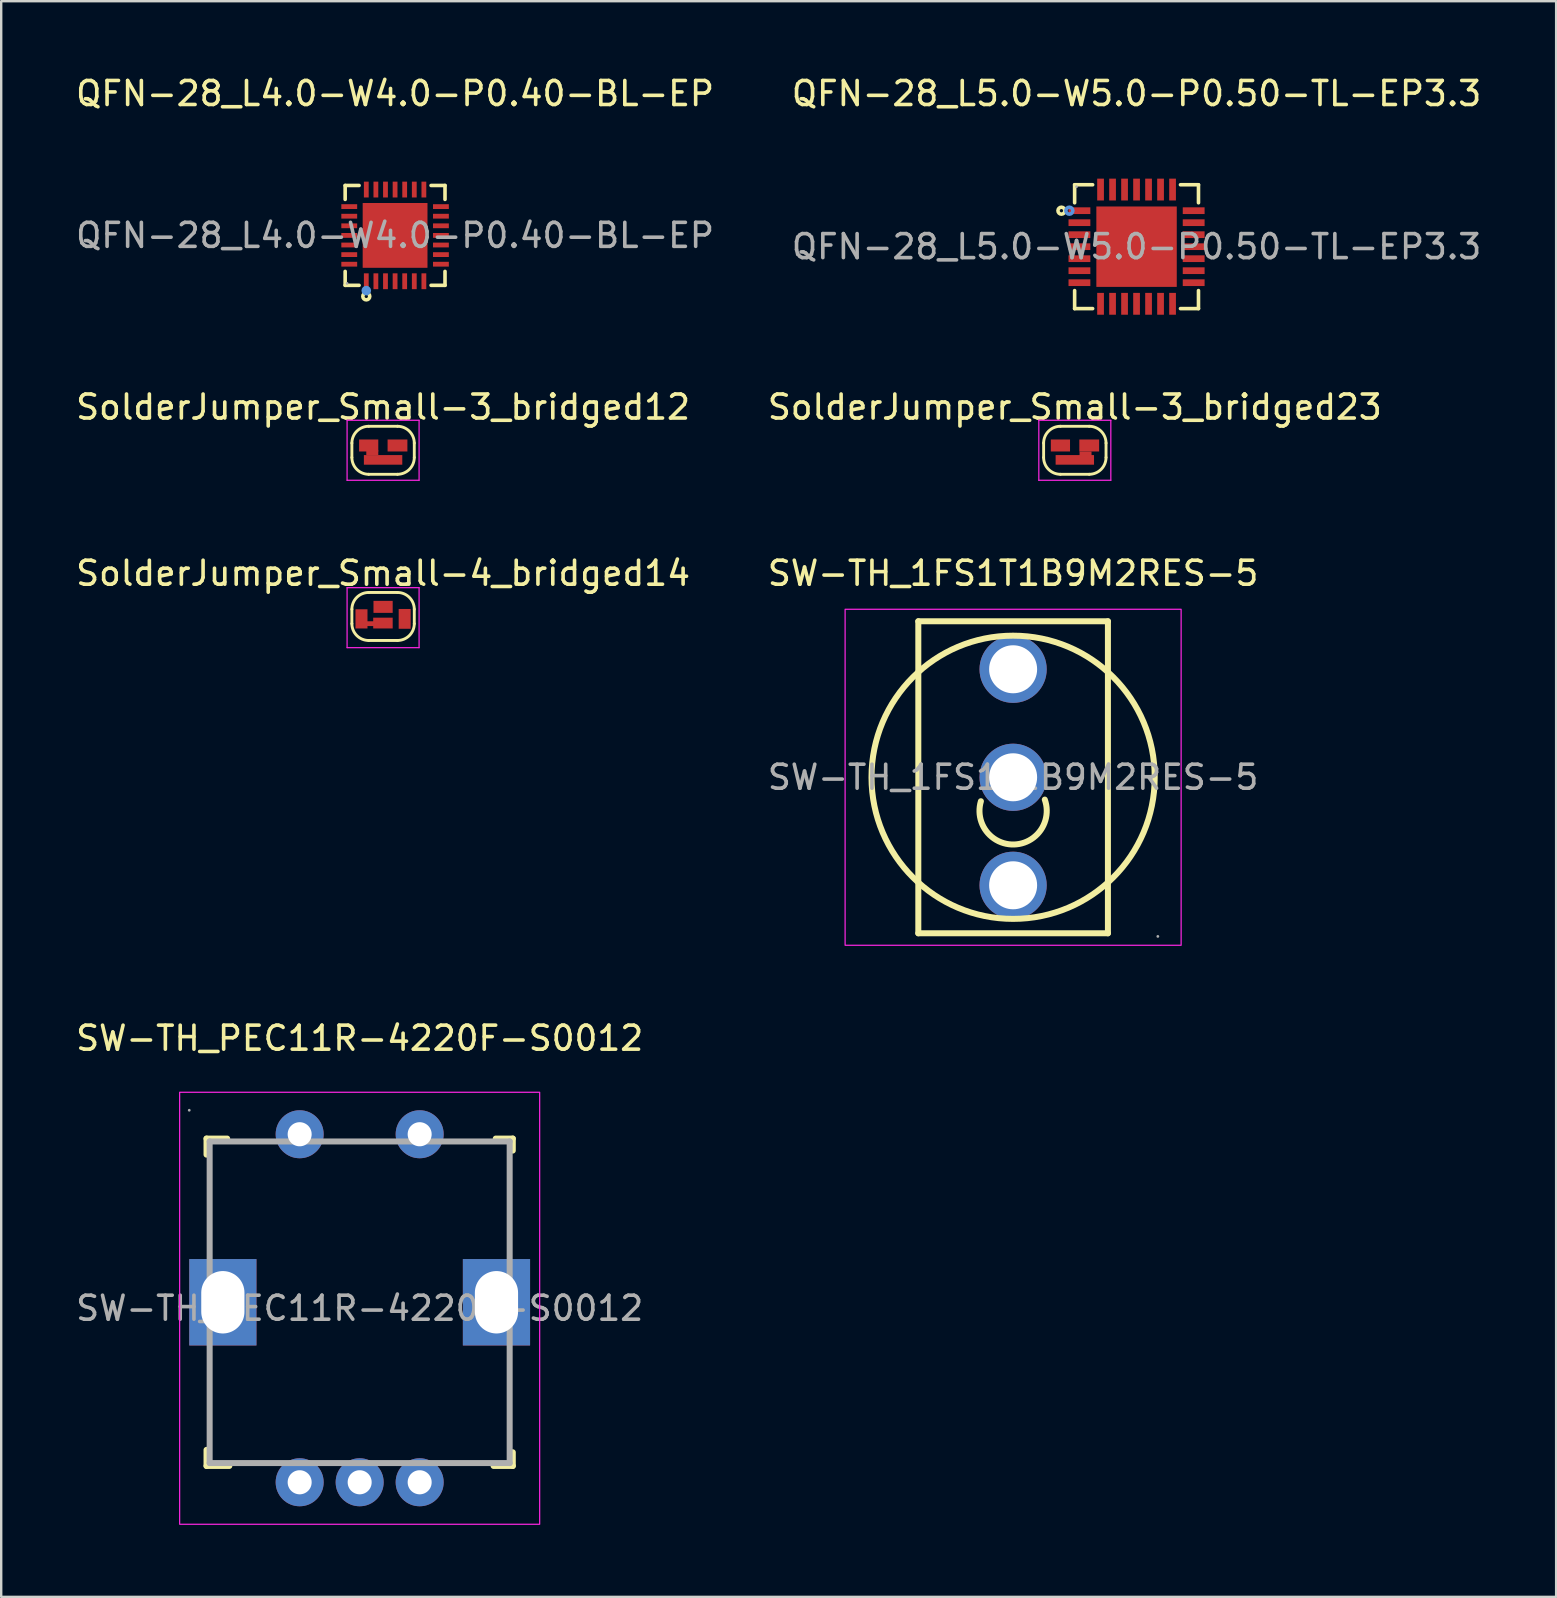
<source format=kicad_pcb>
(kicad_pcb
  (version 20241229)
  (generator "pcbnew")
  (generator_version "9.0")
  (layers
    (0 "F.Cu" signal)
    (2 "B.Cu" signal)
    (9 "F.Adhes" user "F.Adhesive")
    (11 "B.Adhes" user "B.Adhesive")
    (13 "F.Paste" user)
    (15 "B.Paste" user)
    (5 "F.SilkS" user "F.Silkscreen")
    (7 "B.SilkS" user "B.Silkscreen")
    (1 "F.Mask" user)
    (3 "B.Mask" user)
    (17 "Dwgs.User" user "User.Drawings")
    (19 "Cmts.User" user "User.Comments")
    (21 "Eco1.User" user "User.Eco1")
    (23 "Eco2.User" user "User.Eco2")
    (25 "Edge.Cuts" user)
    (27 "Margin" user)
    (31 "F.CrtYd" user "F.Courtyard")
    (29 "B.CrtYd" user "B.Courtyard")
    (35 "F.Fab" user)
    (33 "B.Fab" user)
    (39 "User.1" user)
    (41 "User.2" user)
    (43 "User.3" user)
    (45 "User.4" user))
  (footprint "SW-TH_1FS1T1B9M2RES-5"
    (layer "F.Cu")
    (at 39.161 29.335)
    (property "Reference" "SW-TH_1FS1T1B9M2RES-5" (at 0 -8.5 0) (layer "F.SilkS") (effects (font (size 1 1) (thickness 0.15))))
    (attr through_hole)
    (fp_line (start -3.95 -6.5) (end 3.95 -6.5) (stroke (width 0.25) (type solid)) (layer "F.SilkS"))
    (fp_line (start -3.95 6.5) (end -3.95 -6.5) (stroke (width 0.25) (type solid)) (layer "F.SilkS"))
    (fp_line (start -3.95 6.5) (end 3.95 6.5) (stroke (width 0.25) (type solid)) (layer "F.SilkS"))
    (fp_line (start 3.95 6.5) (end 3.95 -6.5) (stroke (width 0.25) (type solid)) (layer "F.SilkS"))
    (fp_arc (start 1.32 0.93) (mid 0.035427 2.80073) (end -1.342072 0.997329) (stroke (width 0.25) (type solid)) (layer "F.SilkS"))
    (fp_circle (center 0 0) (end 5.9 0) (stroke (width 0.25) (type solid)) (fill no) (layer "F.SilkS"))
    (fp_rect (start -7 -7) (end 7 7) (stroke (width 0.05) (type default)) (fill no) (layer "F.CrtYd"))
    (fp_circle (center 0 -4.5) (end 0.45 -4.5) (stroke (width 0.9) (type solid)) (fill no) (layer "F.Fab"))
    (fp_circle (center 0 0) (end 0.45 0) (stroke (width 0.9) (type solid)) (fill no) (layer "F.Fab"))
    (fp_circle (center 0 4.5) (end 0.45 4.5) (stroke (width 0.9) (type solid)) (fill no) (layer "F.Fab"))
    (fp_circle (center 6.03 6.63) (end 6.06 6.63) (stroke (width 0.06) (type solid)) (fill no) (layer "F.Fab"))
    (fp_text user "${REFERENCE}" (at 0 0 0) (layer "F.Fab") (effects (font (size 1 1) (thickness 0.15))))
    (pad "1" thru_hole circle (at 0 4.5 90) (size 2.8 2.8) (drill 2) (layers "*.Cu" "*.Paste" "*.Mask"))
    (pad "2" thru_hole circle (at 0 0 90) (size 2.8 2.8) (drill 2) (layers "*.Cu" "*.Paste" "*.Mask"))
    (pad "3" thru_hole circle (at 0 -4.5 90) (size 2.8 2.8) (drill 2) (layers "*.Cu" "*.Paste" "*.Mask")))
  (footprint "SolderJumper_Small-4_bridged14"
    (layer "F.Cu")
    (at 12.911 22.635)
    (property "Reference" "SolderJumper_Small-4_bridged14" (at 0 -1.8 0) (layer "F.SilkS") (effects (font (size 1 1) (thickness 0.15))))
    (attr exclude_from_pos_files exclude_from_bom)
    (fp_poly (pts (xy -0.8 0.2) (xy -0.3 0.2) (xy -0.3 0.4) (xy -0.8 0.4)) (stroke (width 0) (type solid)) (fill yes) (layer "F.Cu"))
    (fp_line (start -1.3 0.3) (end -1.3 -0.3) (stroke (width 0.12) (type solid)) (layer "F.SilkS"))
    (fp_line (start -0.6 -1) (end 0.6 -1) (stroke (width 0.12) (type solid)) (layer "F.SilkS"))
    (fp_line (start 0.6 1) (end -0.6 1) (stroke (width 0.12) (type solid)) (layer "F.SilkS"))
    (fp_line (start 1.3 -0.3) (end 1.3 0.3) (stroke (width 0.12) (type solid)) (layer "F.SilkS"))
    (fp_arc (start -1.3 -0.3) (mid -1.094975 -0.794975) (end -0.6 -1) (stroke (width 0.12) (type solid)) (layer "F.SilkS"))
    (fp_arc (start -0.6 1) (mid -1.094975 0.794975) (end -1.3 0.3) (stroke (width 0.12) (type solid)) (layer "F.SilkS"))
    (fp_arc (start 0.6 -1) (mid 1.094975 -0.794975) (end 1.3 -0.3) (stroke (width 0.12) (type solid)) (layer "F.SilkS"))
    (fp_arc (start 1.3 0.3) (mid 1.094975 0.794975) (end 0.6 1) (stroke (width 0.12) (type solid)) (layer "F.SilkS"))
    (fp_line (start -1.5 -1.2) (end -1.5 1.3) (stroke (width 0.05) (type solid)) (layer "F.CrtYd"))
    (fp_line (start -1.5 -1.2) (end 1.5 -1.2) (stroke (width 0.05) (type solid)) (layer "F.CrtYd"))
    (fp_line (start 1.5 1.3) (end -1.5 1.3) (stroke (width 0.05) (type solid)) (layer "F.CrtYd"))
    (fp_line (start 1.5 1.3) (end 1.5 -1.2) (stroke (width 0.05) (type solid)) (layer "F.CrtYd"))
    (pad "1" smd rect (at -0.9 0.1) (size 0.5 0.8) (layers "F.Cu" "F.Mask"))
    (pad "2" smd rect (at 0 -0.4 90) (size 0.5 0.8) (layers "F.Cu" "F.Mask"))
    (pad "3" smd rect (at 0.9 0.1 180) (size 0.5 0.825) (layers "F.Cu" "F.Mask"))
    (pad "4" smd rect (at -0.006 0.275 90) (size 0.45 0.812) (layers "F.Cu" "F.Mask")))
  (footprint "QFN-28_L5.0-W5.0-P0.50-TL-EP3.3"
    (layer "F.Cu")
    (at 44.304 7.228)
    (property "Reference" "QFN-28_L5.0-W5.0-P0.50-TL-EP3.3" (at 0 -6.38 0) (layer "F.SilkS") (effects (font (size 1 1) (thickness 0.15))))
    (attr smd)
    (fp_line (start -2.58 -2.58) (end -2.58 -1.83) (stroke (width 0.15) (type solid)) (layer "F.SilkS"))
    (fp_line (start -2.58 2.58) (end -2.58 1.83) (stroke (width 0.15) (type solid)) (layer "F.SilkS"))
    (fp_line (start -1.83 -2.58) (end -2.58 -2.58) (stroke (width 0.15) (type solid)) (layer "F.SilkS"))
    (fp_line (start -1.83 2.58) (end -2.58 2.58) (stroke (width 0.15) (type solid)) (layer "F.SilkS"))
    (fp_line (start 1.83 -2.58) (end 2.58 -2.58) (stroke (width 0.15) (type solid)) (layer "F.SilkS"))
    (fp_line (start 1.83 2.58) (end 2.58 2.58) (stroke (width 0.15) (type solid)) (layer "F.SilkS"))
    (fp_line (start 2.58 -2.58) (end 2.58 -1.83) (stroke (width 0.15) (type solid)) (layer "F.SilkS"))
    (fp_line (start 2.58 2.58) (end 2.58 1.83) (stroke (width 0.15) (type solid)) (layer "F.SilkS"))
    (fp_circle (center -3.13 -1.5) (end -3.06 -1.5) (stroke (width 0.15) (type solid)) (fill no) (layer "F.SilkS"))
    (fp_circle (center -2.8 -1.5) (end -2.73 -1.5) (stroke (width 0.15) (type solid)) (fill no) (layer "Cmts.User"))
    (fp_circle (center -2.5 -2.5) (end -2.47 -2.5) (stroke (width 0.06) (type solid)) (fill no) (layer "F.Fab"))
    (fp_text user "${REFERENCE}" (at 0 0 0) (layer "F.Fab") (effects (font (size 1 1) (thickness 0.15))))
    (pad "1" smd rect (at -2.38 -1.5) (size 0.91 0.28) (layers "F.Cu" "F.Mask" "F.Paste"))
    (pad "2" smd rect (at -2.38 -1) (size 0.91 0.28) (layers "F.Cu" "F.Mask" "F.Paste"))
    (pad "3" smd rect (at -2.38 -0.5) (size 0.91 0.28) (layers "F.Cu" "F.Mask" "F.Paste"))
    (pad "4" smd rect (at -2.38 0) (size 0.91 0.28) (layers "F.Cu" "F.Mask" "F.Paste"))
    (pad "5" smd rect (at -2.38 0.5) (size 0.91 0.28) (layers "F.Cu" "F.Mask" "F.Paste"))
    (pad "6" smd rect (at -2.38 1) (size 0.91 0.28) (layers "F.Cu" "F.Mask" "F.Paste"))
    (pad "7" smd rect (at -2.38 1.5) (size 0.91 0.28) (layers "F.Cu" "F.Mask" "F.Paste"))
    (pad "8" smd rect (at -1.5 2.38) (size 0.28 0.91) (layers "F.Cu" "F.Mask" "F.Paste"))
    (pad "9" smd rect (at -1 2.38) (size 0.28 0.91) (layers "F.Cu" "F.Mask" "F.Paste"))
    (pad "10" smd rect (at -0.5 2.38) (size 0.28 0.91) (layers "F.Cu" "F.Mask" "F.Paste"))
    (pad "11" smd rect (at 0 2.38) (size 0.28 0.91) (layers "F.Cu" "F.Mask" "F.Paste"))
    (pad "12" smd rect (at 0.5 2.38) (size 0.28 0.91) (layers "F.Cu" "F.Mask" "F.Paste"))
    (pad "13" smd rect (at 1 2.38) (size 0.28 0.91) (layers "F.Cu" "F.Mask" "F.Paste"))
    (pad "14" smd rect (at 1.5 2.38) (size 0.28 0.91) (layers "F.Cu" "F.Mask" "F.Paste"))
    (pad "15" smd rect (at 2.38 1.5) (size 0.91 0.28) (layers "F.Cu" "F.Mask" "F.Paste"))
    (pad "16" smd rect (at 2.38 1) (size 0.91 0.28) (layers "F.Cu" "F.Mask" "F.Paste"))
    (pad "17" smd rect (at 2.38 0.5) (size 0.91 0.28) (layers "F.Cu" "F.Mask" "F.Paste"))
    (pad "18" smd rect (at 2.38 0) (size 0.91 0.28) (layers "F.Cu" "F.Mask" "F.Paste"))
    (pad "19" smd rect (at 2.38 -0.5) (size 0.91 0.28) (layers "F.Cu" "F.Mask" "F.Paste"))
    (pad "20" smd rect (at 2.38 -1) (size 0.91 0.28) (layers "F.Cu" "F.Mask" "F.Paste"))
    (pad "21" smd rect (at 2.38 -1.5) (size 0.91 0.28) (layers "F.Cu" "F.Mask" "F.Paste"))
    (pad "22" smd rect (at 1.5 -2.38) (size 0.28 0.91) (layers "F.Cu" "F.Mask" "F.Paste"))
    (pad "23" smd rect (at 1 -2.38) (size 0.28 0.91) (layers "F.Cu" "F.Mask" "F.Paste"))
    (pad "24" smd rect (at 0.5 -2.38) (size 0.28 0.91) (layers "F.Cu" "F.Mask" "F.Paste"))
    (pad "25" smd rect (at 0 -2.38) (size 0.28 0.91) (layers "F.Cu" "F.Mask" "F.Paste"))
    (pad "26" smd rect (at -0.5 -2.38) (size 0.28 0.91) (layers "F.Cu" "F.Mask" "F.Paste"))
    (pad "27" smd rect (at -1 -2.38) (size 0.28 0.91) (layers "F.Cu" "F.Mask" "F.Paste"))
    (pad "28" smd rect (at -1.5 -2.38) (size 0.28 0.91) (layers "F.Cu" "F.Mask" "F.Paste"))
    (pad "29" smd rect (at 0 0) (size 3.35 3.35) (layers "F.Cu" "F.Mask" "F.Paste")))
  (footprint "SW-TH_PEC11R-4220F-S0012"
    (layer "F.Cu")
    (at 11.935 51.458)
    (property "Reference" "SW-TH_PEC11R-4220F-S0012" (at 0 -11.25 0) (layer "F.SilkS") (effects (font (size 1 1) (thickness 0.15))))
    (attr through_hole)
    (fp_line (start -6.38 -7.07) (end -6.38 -6.4) (stroke (width 0.25) (type solid)) (layer "F.SilkS"))
    (fp_line (start -6.38 6.57) (end -6.38 5.9) (stroke (width 0.25) (type solid)) (layer "F.SilkS"))
    (fp_line (start -5.52 -7.07) (end -6.38 -7.07) (stroke (width 0.25) (type solid)) (layer "F.SilkS"))
    (fp_line (start -5.43 6.57) (end -6.38 6.57) (stroke (width 0.25) (type solid)) (layer "F.SilkS"))
    (fp_line (start 5.67 -7.07) (end 6.38 -7.07) (stroke (width 0.25) (type solid)) (layer "F.SilkS"))
    (fp_line (start 6.38 -7.07) (end 6.38 -6.57) (stroke (width 0.25) (type solid)) (layer "F.SilkS"))
    (fp_line (start 6.38 6) (end 6.38 6.57) (stroke (width 0.25) (type solid)) (layer "F.SilkS"))
    (fp_line (start 6.38 6.57) (end 5.58 6.57) (stroke (width 0.25) (type solid)) (layer "F.SilkS"))
    (fp_rect (start -7.5 -9) (end 7.5 9) (stroke (width 0.05) (type default)) (fill no) (layer "F.CrtYd"))
    (fp_line (start -6.25 -6.95) (end 6.25 -6.95) (stroke (width 0.25) (type solid)) (layer "F.Fab"))
    (fp_line (start -6.25 6.45) (end -6.25 -6.95) (stroke (width 0.25) (type solid)) (layer "F.Fab"))
    (fp_line (start 6.25 -6.95) (end 6.25 6.45) (stroke (width 0.25) (type solid)) (layer "F.Fab"))
    (fp_line (start 6.25 6.45) (end -6.25 6.45) (stroke (width 0.25) (type solid)) (layer "F.Fab"))
    (fp_circle (center -7.1 -8.25) (end -7.07 -8.25) (stroke (width 0.06) (type solid)) (fill no) (layer "F.Fab"))
    (fp_text user "${REFERENCE}" (at 0 0 0) (layer "F.Fab") (effects (font (size 1 1) (thickness 0.15))))
    (pad "1" thru_hole circle (at -2.5 -7.25) (size 2 2) (drill oval 1 1.005) (layers "*.Cu" "*.Mask"))
    (pad "2" thru_hole circle (at 2.5 -7.25) (size 2 2) (drill oval 1 1.005) (layers "*.Cu" "*.Mask"))
    (pad "3" thru_hole rect (at -5.7 -0.25) (size 2.8 3.6) (drill oval 1.8 2.6) (layers "*.Cu" "*.Mask"))
    (pad "3" thru_hole rect (at 5.7 -0.25) (size 2.8 3.6) (drill oval 1.8 2.6) (layers "*.Cu" "*.Mask"))
    (pad "A" thru_hole circle (at -2.5 7.25) (size 2 2) (drill oval 1 1.005) (layers "*.Cu" "*.Mask"))
    (pad "B" thru_hole circle (at 2.5 7.25) (size 2 2) (drill oval 1 1.005) (layers "*.Cu" "*.Mask"))
    (pad "C" thru_hole circle (at 0 7.25) (size 2 2) (drill oval 1 1.005) (layers "*.Cu" "*.Mask")))
  (footprint "SolderJumper_Small-3_bridged23"
    (layer "F.Cu")
    (at 41.732 15.711)
    (property "Reference" "SolderJumper_Small-3_bridged23" (at 0 -1.8 0) (layer "F.SilkS") (effects (font (size 1 1) (thickness 0.15))))
    (attr exclude_from_pos_files exclude_from_bom)
    (fp_poly (pts (xy 0.196 0.05) (xy 0.696 0.05) (xy 0.696 0.25) (xy 0.196 0.25)) (stroke (width 0) (type solid)) (fill yes) (layer "F.Cu"))
    (fp_line (start -1.3 0.3) (end -1.3 -0.3) (stroke (width 0.12) (type solid)) (layer "F.SilkS"))
    (fp_line (start -0.6 -1) (end 0.6 -1) (stroke (width 0.12) (type solid)) (layer "F.SilkS"))
    (fp_line (start 0.6 1) (end -0.6 1) (stroke (width 0.12) (type solid)) (layer "F.SilkS"))
    (fp_line (start 1.3 -0.3) (end 1.3 0.3) (stroke (width 0.12) (type solid)) (layer "F.SilkS"))
    (fp_arc (start -1.3 -0.3) (mid -1.094975 -0.794975) (end -0.6 -1) (stroke (width 0.12) (type solid)) (layer "F.SilkS"))
    (fp_arc (start -0.6 1) (mid -1.094975 0.794975) (end -1.3 0.3) (stroke (width 0.12) (type solid)) (layer "F.SilkS"))
    (fp_arc (start 0.6 -1) (mid 1.094975 -0.794975) (end 1.3 -0.3) (stroke (width 0.12) (type solid)) (layer "F.SilkS"))
    (fp_arc (start 1.3 0.3) (mid 1.094975 0.794975) (end 0.6 1) (stroke (width 0.12) (type solid)) (layer "F.SilkS"))
    (fp_line (start -1.5 -1.25) (end -1.5 1.25) (stroke (width 0.05) (type solid)) (layer "F.CrtYd"))
    (fp_line (start -1.5 -1.25) (end 1.5 -1.25) (stroke (width 0.05) (type solid)) (layer "F.CrtYd"))
    (fp_line (start 1.5 1.25) (end -1.5 1.25) (stroke (width 0.05) (type solid)) (layer "F.CrtYd"))
    (fp_line (start 1.5 1.25) (end 1.5 -1.25) (stroke (width 0.05) (type solid)) (layer "F.CrtYd"))
    (pad "1" smd rect (at -0.6 -0.2 270) (size 0.5 0.8) (layers "F.Cu" "F.Mask"))
    (pad "2" smd rect (at 0 0.4 90) (size 0.4 1.6) (layers "F.Cu" "F.Mask"))
    (pad "3" smd rect (at 0.6 -0.2 90) (size 0.5 0.825) (layers "F.Cu" "F.Mask")))
  (footprint "SolderJumper_Small-3_bridged12"
    (layer "F.Cu")
    (at 12.911 15.711)
    (property "Reference" "SolderJumper_Small-3_bridged12" (at 0 -1.8 0) (layer "F.SilkS") (effects (font (size 1 1) (thickness 0.15))))
    (attr exclude_from_pos_files exclude_from_bom)
    (fp_poly (pts (xy -0.7 0) (xy -0.2 0) (xy -0.2 0.2) (xy -0.7 0.2)) (stroke (width 0) (type solid)) (fill yes) (layer "F.Cu"))
    (fp_line (start -1.3 0.3) (end -1.3 -0.3) (stroke (width 0.12) (type solid)) (layer "F.SilkS"))
    (fp_line (start -0.6 -1) (end 0.6 -1) (stroke (width 0.12) (type solid)) (layer "F.SilkS"))
    (fp_line (start 0.6 1) (end -0.6 1) (stroke (width 0.12) (type solid)) (layer "F.SilkS"))
    (fp_line (start 1.3 -0.3) (end 1.3 0.3) (stroke (width 0.12) (type solid)) (layer "F.SilkS"))
    (fp_arc (start -1.3 -0.3) (mid -1.094975 -0.794975) (end -0.6 -1) (stroke (width 0.12) (type solid)) (layer "F.SilkS"))
    (fp_arc (start -0.6 1) (mid -1.094975 0.794975) (end -1.3 0.3) (stroke (width 0.12) (type solid)) (layer "F.SilkS"))
    (fp_arc (start 0.6 -1) (mid 1.094975 -0.794975) (end 1.3 -0.3) (stroke (width 0.12) (type solid)) (layer "F.SilkS"))
    (fp_arc (start 1.3 0.3) (mid 1.094975 0.794975) (end 0.6 1) (stroke (width 0.12) (type solid)) (layer "F.SilkS"))
    (fp_line (start -1.5 -1.25) (end -1.5 1.25) (stroke (width 0.05) (type solid)) (layer "F.CrtYd"))
    (fp_line (start -1.5 -1.25) (end 1.5 -1.25) (stroke (width 0.05) (type solid)) (layer "F.CrtYd"))
    (fp_line (start 1.5 1.25) (end -1.5 1.25) (stroke (width 0.05) (type solid)) (layer "F.CrtYd"))
    (fp_line (start 1.5 1.25) (end 1.5 -1.25) (stroke (width 0.05) (type solid)) (layer "F.CrtYd"))
    (pad "1" smd rect (at -0.6 -0.2 270) (size 0.5 0.8) (layers "F.Cu" "F.Mask"))
    (pad "2" smd rect (at 0 0.4 90) (size 0.4 1.6) (layers "F.Cu" "F.Mask"))
    (pad "3" smd rect (at 0.6 -0.2 90) (size 0.5 0.825) (layers "F.Cu" "F.Mask")))
  (footprint "QFN-28_L4.0-W4.0-P0.40-BL-EP"
    (layer "F.Cu")
    (at 13.411 6.758)
    (property "Reference" "QFN-28_L4.0-W4.0-P0.40-BL-EP" (at 0 -5.91 0) (layer "F.SilkS") (effects (font (size 1 1) (thickness 0.15))))
    (attr through_hole)
    (fp_line (start -2.08 -2.08) (end -1.5 -2.08) (stroke (width 0.15) (type solid)) (layer "F.SilkS"))
    (fp_line (start -2.08 -1.5) (end -2.08 -2.08) (stroke (width 0.15) (type solid)) (layer "F.SilkS"))
    (fp_line (start -2.08 1.5) (end -2.08 2.08) (stroke (width 0.15) (type solid)) (layer "F.SilkS"))
    (fp_line (start -2.08 2.08) (end -1.5 2.08) (stroke (width 0.15) (type solid)) (layer "F.SilkS"))
    (fp_line (start 2.08 -2.08) (end 1.5 -2.08) (stroke (width 0.15) (type solid)) (layer "F.SilkS"))
    (fp_line (start 2.08 -1.5) (end 2.08 -2.08) (stroke (width 0.15) (type solid)) (layer "F.SilkS"))
    (fp_line (start 2.08 1.5) (end 2.08 2.08) (stroke (width 0.15) (type solid)) (layer "F.SilkS"))
    (fp_line (start 2.08 2.08) (end 1.5 2.08) (stroke (width 0.15) (type solid)) (layer "F.SilkS"))
    (fp_circle (center -1.2 2.54) (end -1.13 2.54) (stroke (width 0.15) (type solid)) (fill no) (layer "F.SilkS"))
    (fp_circle (center -1.2 2.3) (end -1.1 2.3) (stroke (width 0.2) (type solid)) (fill no) (layer "Cmts.User"))
    (fp_circle (center -2 2) (end -1.97 2) (stroke (width 0.06) (type solid)) (fill no) (layer "F.Fab"))
    (fp_text user "${REFERENCE}" (at 0 0 0) (layer "F.Fab") (effects (font (size 1 1) (thickness 0.15))))
    (pad "0" smd rect (at 0 0) (size 2.7 2.7) (layers "F.Cu" "F.Mask" "F.Paste"))
    (pad "1" smd rect (at -1.2 1.91) (size 0.2 0.66) (layers "F.Cu" "F.Mask" "F.Paste"))
    (pad "2" smd rect (at -0.8 1.91) (size 0.2 0.66) (layers "F.Cu" "F.Mask" "F.Paste"))
    (pad "3" smd rect (at -0.4 1.91) (size 0.2 0.66) (layers "F.Cu" "F.Mask" "F.Paste"))
    (pad "4" smd rect (at 0 1.91) (size 0.2 0.66) (layers "F.Cu" "F.Mask" "F.Paste"))
    (pad "5" smd rect (at 0.4 1.91) (size 0.2 0.66) (layers "F.Cu" "F.Mask" "F.Paste"))
    (pad "6" smd rect (at 0.8 1.91) (size 0.2 0.66) (layers "F.Cu" "F.Mask" "F.Paste"))
    (pad "7" smd rect (at 1.2 1.91) (size 0.2 0.66) (layers "F.Cu" "F.Mask" "F.Paste"))
    (pad "8" smd rect (at 1.91 1.2) (size 0.66 0.2) (layers "F.Cu" "F.Mask" "F.Paste"))
    (pad "9" smd rect (at 1.91 0.8) (size 0.66 0.2) (layers "F.Cu" "F.Mask" "F.Paste"))
    (pad "10" smd rect (at 1.91 0.4) (size 0.66 0.2) (layers "F.Cu" "F.Mask" "F.Paste"))
    (pad "11" smd rect (at 1.91 0) (size 0.66 0.2) (layers "F.Cu" "F.Mask" "F.Paste"))
    (pad "12" smd rect (at 1.91 -0.4) (size 0.66 0.2) (layers "F.Cu" "F.Mask" "F.Paste"))
    (pad "13" smd rect (at 1.91 -0.8) (size 0.66 0.2) (layers "F.Cu" "F.Mask" "F.Paste"))
    (pad "14" smd rect (at 1.91 -1.2) (size 0.66 0.2) (layers "F.Cu" "F.Mask" "F.Paste"))
    (pad "15" smd rect (at 1.2 -1.91) (size 0.2 0.66) (layers "F.Cu" "F.Mask" "F.Paste"))
    (pad "16" smd rect (at 0.8 -1.91) (size 0.2 0.66) (layers "F.Cu" "F.Mask" "F.Paste"))
    (pad "17" smd rect (at 0.4 -1.91) (size 0.2 0.66) (layers "F.Cu" "F.Mask" "F.Paste"))
    (pad "18" smd rect (at 0 -1.91) (size 0.2 0.66) (layers "F.Cu" "F.Mask" "F.Paste"))
    (pad "19" smd rect (at -0.4 -1.91) (size 0.2 0.66) (layers "F.Cu" "F.Mask" "F.Paste"))
    (pad "20" smd rect (at -0.8 -1.91) (size 0.2 0.66) (layers "F.Cu" "F.Mask" "F.Paste"))
    (pad "21" smd rect (at -1.2 -1.91) (size 0.2 0.66) (layers "F.Cu" "F.Mask" "F.Paste"))
    (pad "22" smd rect (at -1.91 -1.2) (size 0.66 0.2) (layers "F.Cu" "F.Mask" "F.Paste"))
    (pad "23" smd rect (at -1.91 -0.8) (size 0.66 0.2) (layers "F.Cu" "F.Mask" "F.Paste"))
    (pad "24" smd rect (at -1.91 -0.4) (size 0.66 0.2) (layers "F.Cu" "F.Mask" "F.Paste"))
    (pad "25" smd rect (at -1.91 0) (size 0.66 0.2) (layers "F.Cu" "F.Mask" "F.Paste"))
    (pad "26" smd rect (at -1.91 0.4) (size 0.66 0.2) (layers "F.Cu" "F.Mask" "F.Paste"))
    (pad "27" smd rect (at -1.91 0.8) (size 0.66 0.2) (layers "F.Cu" "F.Mask" "F.Paste"))
    (pad "28" smd rect (at -1.91 1.2) (size 0.66 0.2) (layers "F.Cu" "F.Mask" "F.Paste")))
  (gr_rect
    (start -3 -3)
    (end 61.786 63.483)
    (stroke (width 0.1) (type default))
    (fill no)
    (layer "Edge.Cuts")))
</source>
